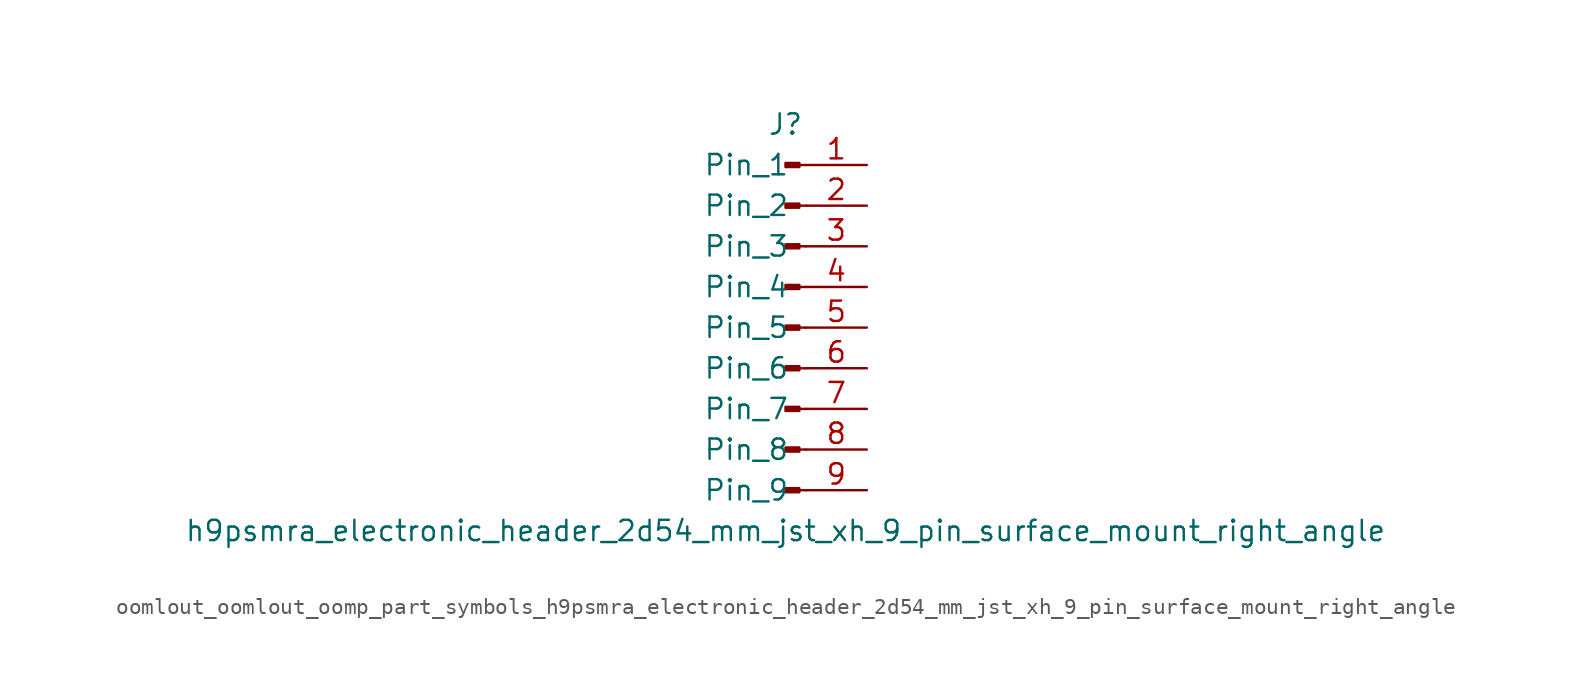
<source format=kicad_sym>
(kicad_symbol_lib
  (version 20220914)
  (generator kicad_symbol_editor)
  (symbol "oomlout_oomlout_oomp_part_symbols_h9psmra_electronic_header_2d54_mm_jst_xh_9_pin_surface_mount_right_angle"
    (pin_names
      (offset 1.016))
    (property "Reference" "J"
      (at 0 12.7 0)
      (effects (font (size 1.27 1.27))))
    (property "Value" "h9psmra_electronic_header_2d54_mm_jst_xh_9_pin_surface_mount_right_angle"
      (at 0 -12.7 0)
      (effects (font (size 1.27 1.27))))
    (property "ki_locked" ""
      (at 0 0 0)
      (effects (font (size 1.27 1.27))))
    (symbol "oomlout_oomlout_oomp_part_symbols_h9psmra_electronic_header_2d54_mm_jst_xh_9_pin_surface_mount_right_angle_1_1"
      (polyline (pts (xy 1.27 -10.16) (xy 0.864 -10.16)) (stroke (width 0.152) (type default)) (fill (type none)))
      (polyline (pts (xy 1.27 -7.62) (xy 0.864 -7.62)) (stroke (width 0.152) (type default)) (fill (type none)))
      (polyline (pts (xy 1.27 -5.08) (xy 0.864 -5.08)) (stroke (width 0.152) (type default)) (fill (type none)))
      (polyline (pts (xy 1.27 -2.54) (xy 0.864 -2.54)) (stroke (width 0.152) (type default)) (fill (type none)))
      (polyline (pts (xy 1.27 0) (xy 0.864 0)) (stroke (width 0.152) (type default)) (fill (type none)))
      (polyline (pts (xy 1.27 2.54) (xy 0.864 2.54)) (stroke (width 0.152) (type default)) (fill (type none)))
      (polyline (pts (xy 1.27 5.08) (xy 0.864 5.08)) (stroke (width 0.152) (type default)) (fill (type none)))
      (polyline (pts (xy 1.27 7.62) (xy 0.864 7.62)) (stroke (width 0.152) (type default)) (fill (type none)))
      (polyline (pts (xy 1.27 10.16) (xy 0.864 10.16)) (stroke (width 0.152) (type default)) (fill (type none)))
      (rectangle (start 0.864 -10.033) (end 0 -10.287) (stroke (width 0.152) (type default)) (fill (type outline)))
      (rectangle (start 0.864 -7.493) (end 0 -7.747) (stroke (width 0.152) (type default)) (fill (type outline)))
      (rectangle (start 0.864 -4.953) (end 0 -5.207) (stroke (width 0.152) (type default)) (fill (type outline)))
      (rectangle (start 0.864 -2.413) (end 0 -2.667) (stroke (width 0.152) (type default)) (fill (type outline)))
      (rectangle (start 0.864 0.127) (end 0 -0.127) (stroke (width 0.152) (type default)) (fill (type outline)))
      (rectangle (start 0.864 2.667) (end 0 2.413) (stroke (width 0.152) (type default)) (fill (type outline)))
      (rectangle (start 0.864 5.207) (end 0 4.953) (stroke (width 0.152) (type default)) (fill (type outline)))
      (rectangle (start 0.864 7.747) (end 0 7.493) (stroke (width 0.152) (type default)) (fill (type outline)))
      (rectangle (start 0.864 10.287) (end 0 10.033) (stroke (width 0.152) (type default)) (fill (type outline)))
      (pin passive line (at 5.08 10.16 180) (length 3.81) (name "Pin_1" (effects (font (size 1.27 1.27)))) (number "1" (effects (font (size 1.27 1.27)))))
      (pin passive line (at 5.08 7.62 180) (length 3.81) (name "Pin_2" (effects (font (size 1.27 1.27)))) (number "2" (effects (font (size 1.27 1.27)))))
      (pin passive line (at 5.08 5.08 180) (length 3.81) (name "Pin_3" (effects (font (size 1.27 1.27)))) (number "3" (effects (font (size 1.27 1.27)))))
      (pin passive line (at 5.08 2.54 180) (length 3.81) (name "Pin_4" (effects (font (size 1.27 1.27)))) (number "4" (effects (font (size 1.27 1.27)))))
      (pin passive line (at 5.08 0 180) (length 3.81) (name "Pin_5" (effects (font (size 1.27 1.27)))) (number "5" (effects (font (size 1.27 1.27)))))
      (pin passive line (at 5.08 -2.54 180) (length 3.81) (name "Pin_6" (effects (font (size 1.27 1.27)))) (number "6" (effects (font (size 1.27 1.27)))))
      (pin passive line (at 5.08 -5.08 180) (length 3.81) (name "Pin_7" (effects (font (size 1.27 1.27)))) (number "7" (effects (font (size 1.27 1.27)))))
      (pin passive line (at 5.08 -7.62 180) (length 3.81) (name "Pin_8" (effects (font (size 1.27 1.27)))) (number "8" (effects (font (size 1.27 1.27)))))
      (pin passive line (at 5.08 -10.16 180) (length 3.81) (name "Pin_9" (effects (font (size 1.27 1.27)))) (number "9" (effects (font (size 1.27 1.27))))))))
</source>
